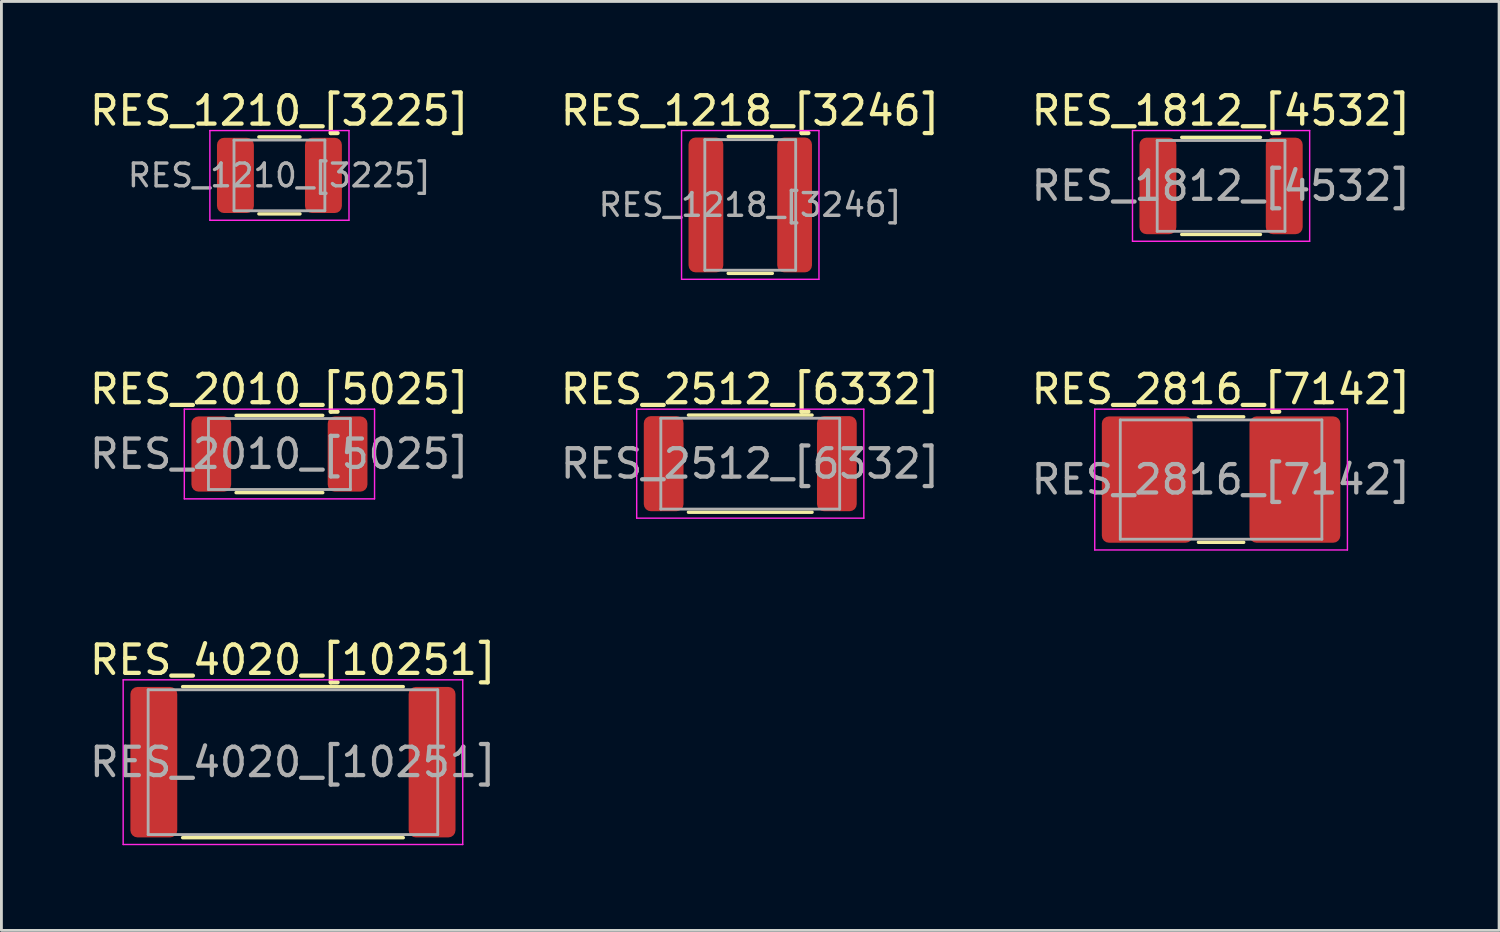
<source format=kicad_pcb>
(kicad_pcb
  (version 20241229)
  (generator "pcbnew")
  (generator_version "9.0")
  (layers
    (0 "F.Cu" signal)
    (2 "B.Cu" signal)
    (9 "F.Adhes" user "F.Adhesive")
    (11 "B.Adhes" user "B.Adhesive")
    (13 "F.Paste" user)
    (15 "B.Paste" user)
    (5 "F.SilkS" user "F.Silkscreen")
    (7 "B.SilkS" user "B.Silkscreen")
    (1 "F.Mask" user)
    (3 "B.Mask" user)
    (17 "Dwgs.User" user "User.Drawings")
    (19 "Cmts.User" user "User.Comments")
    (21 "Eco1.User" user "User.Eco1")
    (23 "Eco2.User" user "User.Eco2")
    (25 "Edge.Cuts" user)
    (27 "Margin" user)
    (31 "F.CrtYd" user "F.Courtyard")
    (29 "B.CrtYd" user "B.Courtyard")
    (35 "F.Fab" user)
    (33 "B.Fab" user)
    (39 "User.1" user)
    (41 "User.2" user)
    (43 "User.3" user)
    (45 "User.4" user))
  (footprint "RES_1210_[3225]"
    (layer "F.Cu")
    (at 6.792 3.128)
    (property "Reference" "RES_1210_[3225]" (at 0 -2.28 0) (layer "F.SilkS") (effects (font (size 1 1) (thickness 0.15))))
    (attr smd)
    (fp_line (start -0.724 -1.355) (end 0.724 -1.355) (stroke (width 0.12) (type solid)) (layer "F.SilkS"))
    (fp_line (start -0.724 1.355) (end 0.724 1.355) (stroke (width 0.12) (type solid)) (layer "F.SilkS"))
    (fp_line (start -2.45 -1.58) (end 2.45 -1.58) (stroke (width 0.05) (type solid)) (layer "F.CrtYd"))
    (fp_line (start -2.45 1.58) (end -2.45 -1.58) (stroke (width 0.05) (type solid)) (layer "F.CrtYd"))
    (fp_line (start 2.45 -1.58) (end 2.45 1.58) (stroke (width 0.05) (type solid)) (layer "F.CrtYd"))
    (fp_line (start 2.45 1.58) (end -2.45 1.58) (stroke (width 0.05) (type solid)) (layer "F.CrtYd"))
    (fp_line (start -1.6 -1.245) (end 1.6 -1.245) (stroke (width 0.1) (type solid)) (layer "F.Fab"))
    (fp_line (start -1.6 1.245) (end -1.6 -1.245) (stroke (width 0.1) (type solid)) (layer "F.Fab"))
    (fp_line (start 1.6 -1.245) (end 1.6 1.245) (stroke (width 0.1) (type solid)) (layer "F.Fab"))
    (fp_line (start 1.6 1.245) (end -1.6 1.245) (stroke (width 0.1) (type solid)) (layer "F.Fab"))
    (fp_text user "${REFERENCE}" (at 0 0 0) (layer "F.Fab") (effects (font (size 0.8 0.8) (thickness 0.12))))
    (pad "1" smd roundrect (at -1.55 0) (size 1.3 2.65) (layers "F.Cu" "F.Mask" "F.Paste") (roundrect_rratio 0.192))
    (pad "2" smd roundrect (at 1.55 0) (size 1.3 2.65) (layers "F.Cu" "F.Mask" "F.Paste") (roundrect_rratio 0.192)))
  (footprint "RES_1218_[3246]"
    (layer "F.Cu")
    (at 23.375 4.168)
    (property "Reference" "RES_1218_[3246]" (at 0 -3.32 0) (layer "F.SilkS") (effects (font (size 1 1) (thickness 0.15))))
    (attr smd)
    (fp_line (start -0.777 -2.41) (end 0.777 -2.41) (stroke (width 0.12) (type solid)) (layer "F.SilkS"))
    (fp_line (start -0.777 2.41) (end 0.777 2.41) (stroke (width 0.12) (type solid)) (layer "F.SilkS"))
    (fp_line (start -2.42 -2.62) (end 2.42 -2.62) (stroke (width 0.05) (type solid)) (layer "F.CrtYd"))
    (fp_line (start -2.42 2.62) (end -2.42 -2.62) (stroke (width 0.05) (type solid)) (layer "F.CrtYd"))
    (fp_line (start 2.42 -2.62) (end 2.42 2.62) (stroke (width 0.05) (type solid)) (layer "F.CrtYd"))
    (fp_line (start 2.42 2.62) (end -2.42 2.62) (stroke (width 0.05) (type solid)) (layer "F.CrtYd"))
    (fp_line (start -1.6 -2.3) (end 1.6 -2.3) (stroke (width 0.1) (type solid)) (layer "F.Fab"))
    (fp_line (start -1.6 2.3) (end -1.6 -2.3) (stroke (width 0.1) (type solid)) (layer "F.Fab"))
    (fp_line (start 1.6 -2.3) (end 1.6 2.3) (stroke (width 0.1) (type solid)) (layer "F.Fab"))
    (fp_line (start 1.6 2.3) (end -1.6 2.3) (stroke (width 0.1) (type solid)) (layer "F.Fab"))
    (fp_text user "${REFERENCE}" (at 0 0 0) (layer "F.Fab") (effects (font (size 0.8 0.8) (thickness 0.12))))
    (pad "1" smd roundrect (at -1.562 0) (size 1.225 4.75) (layers "F.Cu" "F.Mask" "F.Paste") (roundrect_rratio 0.204))
    (pad "2" smd roundrect (at 1.562 0) (size 1.225 4.75) (layers "F.Cu" "F.Mask" "F.Paste") (roundrect_rratio 0.204)))
  (footprint "RES_2010_[5025]"
    (layer "F.Cu")
    (at 6.792 12.941)
    (property "Reference" "RES_2010_[5025]" (at 0 -2.28 0) (layer "F.SilkS") (effects (font (size 1 1) (thickness 0.15))))
    (attr smd)
    (fp_line (start -1.527 -1.36) (end 1.527 -1.36) (stroke (width 0.12) (type solid)) (layer "F.SilkS"))
    (fp_line (start -1.527 1.36) (end 1.527 1.36) (stroke (width 0.12) (type solid)) (layer "F.SilkS"))
    (fp_line (start -3.35 -1.58) (end 3.35 -1.58) (stroke (width 0.05) (type solid)) (layer "F.CrtYd"))
    (fp_line (start -3.35 1.58) (end -3.35 -1.58) (stroke (width 0.05) (type solid)) (layer "F.CrtYd"))
    (fp_line (start 3.35 -1.58) (end 3.35 1.58) (stroke (width 0.05) (type solid)) (layer "F.CrtYd"))
    (fp_line (start 3.35 1.58) (end -3.35 1.58) (stroke (width 0.05) (type solid)) (layer "F.CrtYd"))
    (fp_line (start -2.5 -1.25) (end 2.5 -1.25) (stroke (width 0.1) (type solid)) (layer "F.Fab"))
    (fp_line (start -2.5 1.25) (end -2.5 -1.25) (stroke (width 0.1) (type solid)) (layer "F.Fab"))
    (fp_line (start 2.5 -1.25) (end 2.5 1.25) (stroke (width 0.1) (type solid)) (layer "F.Fab"))
    (fp_line (start 2.5 1.25) (end -2.5 1.25) (stroke (width 0.1) (type solid)) (layer "F.Fab"))
    (fp_text user "${REFERENCE}" (at 0 0 0) (layer "F.Fab") (effects (font (size 1 1) (thickness 0.15))))
    (pad "1" smd roundrect (at -2.4 0) (size 1.4 2.65) (layers "F.Cu" "F.Mask" "F.Paste") (roundrect_rratio 0.179))
    (pad "2" smd roundrect (at 2.4 0) (size 1.4 2.65) (layers "F.Cu" "F.Mask" "F.Paste") (roundrect_rratio 0.179)))
  (footprint "RES_4020_[10251]"
    (layer "F.Cu")
    (at 7.268 23.795)
    (property "Reference" "RES_4020_[10251]" (at 0 -3.6 0) (layer "F.SilkS") (effects (font (size 1 1) (thickness 0.15))))
    (attr smd)
    (fp_line (start -3.886 -2.66) (end 3.886 -2.66) (stroke (width 0.12) (type solid)) (layer "F.SilkS"))
    (fp_line (start -3.886 2.66) (end 3.886 2.66) (stroke (width 0.12) (type solid)) (layer "F.SilkS"))
    (fp_line (start -5.98 -2.9) (end 5.98 -2.9) (stroke (width 0.05) (type solid)) (layer "F.CrtYd"))
    (fp_line (start -5.98 2.9) (end -5.98 -2.9) (stroke (width 0.05) (type solid)) (layer "F.CrtYd"))
    (fp_line (start 5.98 -2.9) (end 5.98 2.9) (stroke (width 0.05) (type solid)) (layer "F.CrtYd"))
    (fp_line (start 5.98 2.9) (end -5.98 2.9) (stroke (width 0.05) (type solid)) (layer "F.CrtYd"))
    (fp_line (start -5.1 -2.55) (end 5.1 -2.55) (stroke (width 0.1) (type solid)) (layer "F.Fab"))
    (fp_line (start -5.1 2.55) (end -5.1 -2.55) (stroke (width 0.1) (type solid)) (layer "F.Fab"))
    (fp_line (start 5.1 -2.55) (end 5.1 2.55) (stroke (width 0.1) (type solid)) (layer "F.Fab"))
    (fp_line (start 5.1 2.55) (end -5.1 2.55) (stroke (width 0.1) (type solid)) (layer "F.Fab"))
    (fp_text user "${REFERENCE}" (at 0 0 0) (layer "F.Fab") (effects (font (size 1 1) (thickness 0.15))))
    (pad "1" smd roundrect (at -4.9 0) (size 1.65 5.3) (layers "F.Cu" "F.Mask" "F.Paste") (roundrect_rratio 0.152))
    (pad "2" smd roundrect (at 4.9 0) (size 1.65 5.3) (layers "F.Cu" "F.Mask" "F.Paste") (roundrect_rratio 0.152)))
  (footprint "RES_1812_[4532]"
    (layer "F.Cu")
    (at 39.958 3.498)
    (property "Reference" "RES_1812_[4532]" (at 0 -2.65 0) (layer "F.SilkS") (effects (font (size 1 1) (thickness 0.15))))
    (attr smd)
    (fp_line (start -1.386 -1.71) (end 1.386 -1.71) (stroke (width 0.12) (type solid)) (layer "F.SilkS"))
    (fp_line (start -1.386 1.71) (end 1.386 1.71) (stroke (width 0.12) (type solid)) (layer "F.SilkS"))
    (fp_line (start -3.12 -1.95) (end 3.12 -1.95) (stroke (width 0.05) (type solid)) (layer "F.CrtYd"))
    (fp_line (start -3.12 1.95) (end -3.12 -1.95) (stroke (width 0.05) (type solid)) (layer "F.CrtYd"))
    (fp_line (start 3.12 -1.95) (end 3.12 1.95) (stroke (width 0.05) (type solid)) (layer "F.CrtYd"))
    (fp_line (start 3.12 1.95) (end -3.12 1.95) (stroke (width 0.05) (type solid)) (layer "F.CrtYd"))
    (fp_line (start -2.25 -1.6) (end 2.25 -1.6) (stroke (width 0.1) (type solid)) (layer "F.Fab"))
    (fp_line (start -2.25 1.6) (end -2.25 -1.6) (stroke (width 0.1) (type solid)) (layer "F.Fab"))
    (fp_line (start 2.25 -1.6) (end 2.25 1.6) (stroke (width 0.1) (type solid)) (layer "F.Fab"))
    (fp_line (start 2.25 1.6) (end -2.25 1.6) (stroke (width 0.1) (type solid)) (layer "F.Fab"))
    (fp_text user "${REFERENCE}" (at 0 0 0) (layer "F.Fab") (effects (font (size 1 1) (thickness 0.15))))
    (pad "1" smd roundrect (at -2.225 0) (size 1.3 3.4) (layers "F.Cu" "F.Mask" "F.Paste") (roundrect_rratio 0.192))
    (pad "2" smd roundrect (at 2.225 0) (size 1.3 3.4) (layers "F.Cu" "F.Mask" "F.Paste") (roundrect_rratio 0.192)))
  (footprint "RES_2816_[7142]"
    (layer "F.Cu")
    (at 39.958 13.841)
    (property "Reference" "RES_2816_[7142]" (at 0 -3.18 0) (layer "F.SilkS") (effects (font (size 1 1) (thickness 0.15))))
    (attr smd)
    (fp_line (start -0.797 -2.21) (end 0.797 -2.21) (stroke (width 0.12) (type solid)) (layer "F.SilkS"))
    (fp_line (start -0.797 2.21) (end 0.797 2.21) (stroke (width 0.12) (type solid)) (layer "F.SilkS"))
    (fp_line (start -4.45 -2.48) (end 4.45 -2.48) (stroke (width 0.05) (type solid)) (layer "F.CrtYd"))
    (fp_line (start -4.45 2.48) (end -4.45 -2.48) (stroke (width 0.05) (type solid)) (layer "F.CrtYd"))
    (fp_line (start 4.45 -2.48) (end 4.45 2.48) (stroke (width 0.05) (type solid)) (layer "F.CrtYd"))
    (fp_line (start 4.45 2.48) (end -4.45 2.48) (stroke (width 0.05) (type solid)) (layer "F.CrtYd"))
    (fp_line (start -3.55 -2.1) (end 3.55 -2.1) (stroke (width 0.1) (type solid)) (layer "F.Fab"))
    (fp_line (start -3.55 2.1) (end -3.55 -2.1) (stroke (width 0.1) (type solid)) (layer "F.Fab"))
    (fp_line (start 3.55 -2.1) (end 3.55 2.1) (stroke (width 0.1) (type solid)) (layer "F.Fab"))
    (fp_line (start 3.55 2.1) (end -3.55 2.1) (stroke (width 0.1) (type solid)) (layer "F.Fab"))
    (fp_text user "${REFERENCE}" (at 0 0 0) (layer "F.Fab") (effects (font (size 1 1) (thickness 0.15))))
    (pad "1" smd roundrect (at -2.6 0) (size 3.2 4.45) (layers "F.Cu" "F.Mask" "F.Paste") (roundrect_rratio 0.078))
    (pad "2" smd roundrect (at 2.6 0) (size 3.2 4.45) (layers "F.Cu" "F.Mask" "F.Paste") (roundrect_rratio 0.078)))
  (footprint "RES_2512_[6332]"
    (layer "F.Cu")
    (at 23.375 13.281)
    (property "Reference" "RES_2512_[6332]" (at 0 -2.62 0) (layer "F.SilkS") (effects (font (size 1 1) (thickness 0.15))))
    (attr smd)
    (fp_line (start -2.177 -1.71) (end 2.177 -1.71) (stroke (width 0.12) (type solid)) (layer "F.SilkS"))
    (fp_line (start -2.177 1.71) (end 2.177 1.71) (stroke (width 0.12) (type solid)) (layer "F.SilkS"))
    (fp_line (start -4 -1.92) (end 4 -1.92) (stroke (width 0.05) (type solid)) (layer "F.CrtYd"))
    (fp_line (start -4 1.92) (end -4 -1.92) (stroke (width 0.05) (type solid)) (layer "F.CrtYd"))
    (fp_line (start 4 -1.92) (end 4 1.92) (stroke (width 0.05) (type solid)) (layer "F.CrtYd"))
    (fp_line (start 4 1.92) (end -4 1.92) (stroke (width 0.05) (type solid)) (layer "F.CrtYd"))
    (fp_line (start -3.15 -1.6) (end 3.15 -1.6) (stroke (width 0.1) (type solid)) (layer "F.Fab"))
    (fp_line (start -3.15 1.6) (end -3.15 -1.6) (stroke (width 0.1) (type solid)) (layer "F.Fab"))
    (fp_line (start 3.15 -1.6) (end 3.15 1.6) (stroke (width 0.1) (type solid)) (layer "F.Fab"))
    (fp_line (start 3.15 1.6) (end -3.15 1.6) (stroke (width 0.1) (type solid)) (layer "F.Fab"))
    (fp_text user "${REFERENCE}" (at 0 0 0) (layer "F.Fab") (effects (font (size 1 1) (thickness 0.15))))
    (pad "1" smd roundrect (at -3.05 0) (size 1.4 3.35) (layers "F.Cu" "F.Mask" "F.Paste") (roundrect_rratio 0.179))
    (pad "2" smd roundrect (at 3.05 0) (size 1.4 3.35) (layers "F.Cu" "F.Mask" "F.Paste") (roundrect_rratio 0.179)))
  (gr_rect
    (start -3 -3)
    (end 49.75 29.72)
    (stroke (width 0.1) (type default))
    (fill no)
    (layer "Edge.Cuts")))
</source>
